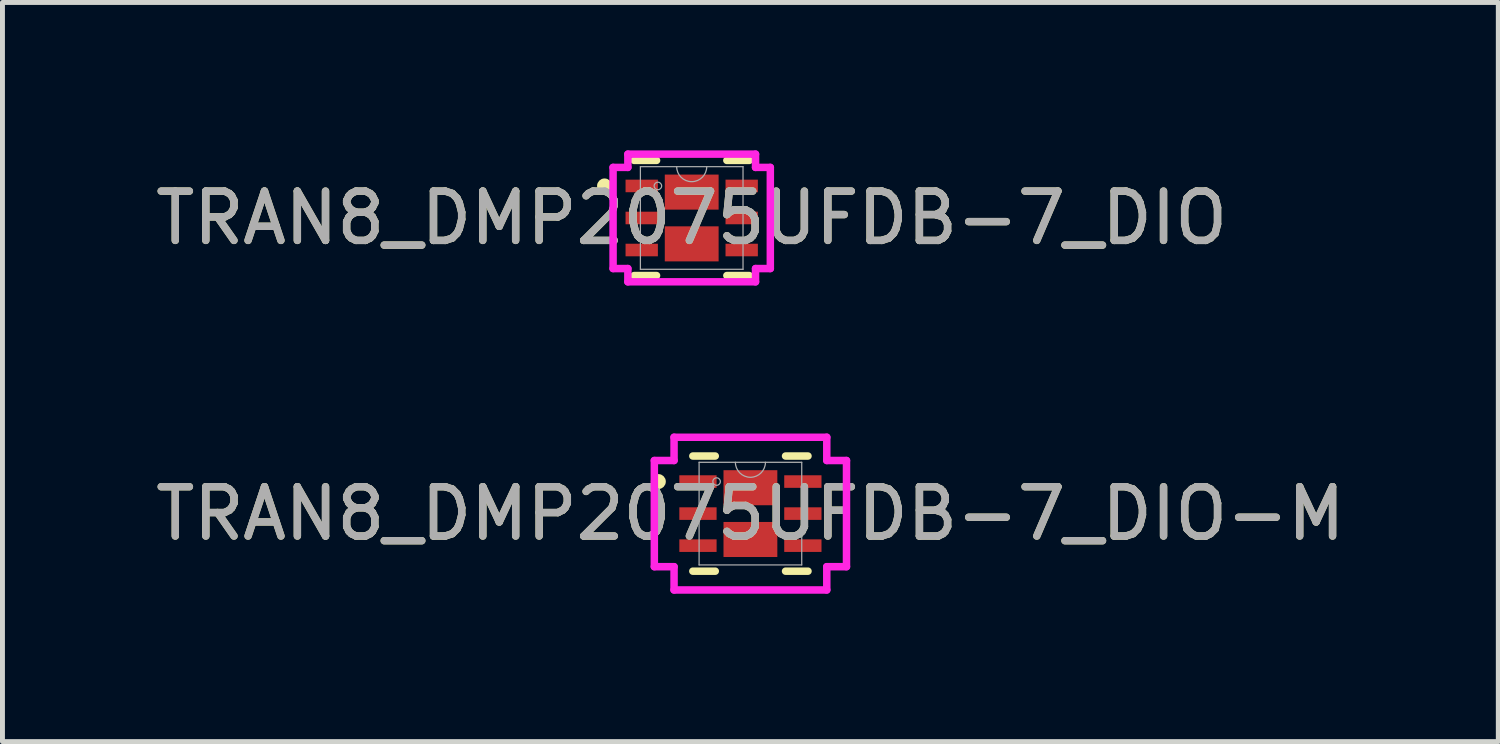
<source format=kicad_pcb>
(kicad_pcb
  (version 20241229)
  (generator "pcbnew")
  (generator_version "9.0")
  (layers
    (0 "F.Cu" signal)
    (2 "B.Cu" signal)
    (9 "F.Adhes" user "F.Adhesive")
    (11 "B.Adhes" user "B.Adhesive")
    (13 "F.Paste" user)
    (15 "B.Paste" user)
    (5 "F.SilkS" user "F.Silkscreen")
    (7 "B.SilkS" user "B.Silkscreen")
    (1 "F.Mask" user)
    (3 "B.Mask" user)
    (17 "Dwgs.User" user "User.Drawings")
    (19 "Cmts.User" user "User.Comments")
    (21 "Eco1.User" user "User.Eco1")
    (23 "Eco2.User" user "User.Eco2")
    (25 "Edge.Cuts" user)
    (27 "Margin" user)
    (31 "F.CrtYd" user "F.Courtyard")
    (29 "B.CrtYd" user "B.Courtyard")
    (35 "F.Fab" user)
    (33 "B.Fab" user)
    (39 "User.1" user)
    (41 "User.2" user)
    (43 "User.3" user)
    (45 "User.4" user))
  (footprint "TRAN8_DMP2075UFDB-7_DIO"
    (layer "F.Cu")
    (at 10.982 1.372)
    (property "Reference" "TRAN8_DMP2075UFDB-7_DIO" (at 0 0 0) (unlocked yes) (layer "F.SilkS") (effects (font (size 1 1) (thickness 0.15))))
    (attr smd)
    (fp_line (start -1.168 1.168) (end -0.713 1.168) (stroke (width 0.152) (type solid)) (layer "F.SilkS"))
    (fp_line (start -0.713 -1.168) (end -1.168 -1.168) (stroke (width 0.152) (type solid)) (layer "F.SilkS"))
    (fp_line (start 0.713 1.168) (end 1.168 1.168) (stroke (width 0.152) (type solid)) (layer "F.SilkS"))
    (fp_line (start 1.168 -1.168) (end 0.713 -1.168) (stroke (width 0.152) (type solid)) (layer "F.SilkS"))
    (fp_circle (center -1.768 -0.65) (end -1.692 -0.65) (stroke (width 0.152) (type solid)) (fill no) (layer "F.SilkS"))
    (fp_line (start -1.595 -1.026) (end -1.295 -1.026) (stroke (width 0.152) (type solid)) (layer "F.CrtYd"))
    (fp_line (start -1.595 1.026) (end -1.595 -1.026) (stroke (width 0.152) (type solid)) (layer "F.CrtYd"))
    (fp_line (start -1.595 1.026) (end -1.295 1.026) (stroke (width 0.152) (type solid)) (layer "F.CrtYd"))
    (fp_line (start -1.295 -1.295) (end 1.295 -1.295) (stroke (width 0.152) (type solid)) (layer "F.CrtYd"))
    (fp_line (start -1.295 -1.026) (end -1.295 -1.295) (stroke (width 0.152) (type solid)) (layer "F.CrtYd"))
    (fp_line (start -1.295 1.295) (end -1.295 1.026) (stroke (width 0.152) (type solid)) (layer "F.CrtYd"))
    (fp_line (start 1.295 -1.295) (end 1.295 -1.026) (stroke (width 0.152) (type solid)) (layer "F.CrtYd"))
    (fp_line (start 1.295 1.026) (end 1.295 1.295) (stroke (width 0.152) (type solid)) (layer "F.CrtYd"))
    (fp_line (start 1.295 1.295) (end -1.295 1.295) (stroke (width 0.152) (type solid)) (layer "F.CrtYd"))
    (fp_line (start 1.595 -1.026) (end 1.295 -1.026) (stroke (width 0.152) (type solid)) (layer "F.CrtYd"))
    (fp_line (start 1.595 -1.026) (end 1.595 1.026) (stroke (width 0.152) (type solid)) (layer "F.CrtYd"))
    (fp_line (start 1.595 1.026) (end 1.295 1.026) (stroke (width 0.152) (type solid)) (layer "F.CrtYd"))
    (fp_line (start -1.041 -1.041) (end -1.041 1.041) (stroke (width 0.025) (type solid)) (layer "F.Fab"))
    (fp_line (start -1.041 1.041) (end 1.041 1.041) (stroke (width 0.025) (type solid)) (layer "F.Fab"))
    (fp_line (start 1.041 -1.041) (end -1.041 -1.041) (stroke (width 0.025) (type solid)) (layer "F.Fab"))
    (fp_line (start 1.041 1.041) (end 1.041 -1.041) (stroke (width 0.025) (type solid)) (layer "F.Fab"))
    (fp_arc (start 0.3048 -1.0414) (mid 0 -0.7366) (end -0.3048 -1.0414) (stroke (width 0.0254) (type solid)) (layer "F.Fab"))
    (fp_circle (center -0.686 -0.65) (end -0.61 -0.65) (stroke (width 0.025) (type solid)) (fill no) (layer "F.Fab"))
    (fp_text user "${REFERENCE}" (at 0 0 0) (unlocked yes) (layer "F.Fab") (effects (font (size 1 1) (thickness 0.15))))
    (pad "1" smd rect (at -1.014 -0.65) (size 0.656 0.255) (layers "F.Cu" "F.Mask" "F.Paste"))
    (pad "2" smd rect (at -1.014 0) (size 0.656 0.255) (layers "F.Cu" "F.Mask" "F.Paste"))
    (pad "3" smd rect (at -1.014 0.65) (size 0.656 0.255) (layers "F.Cu" "F.Mask" "F.Paste"))
    (pad "4" smd rect (at 1.014 0.65) (size 0.656 0.255) (layers "F.Cu" "F.Mask" "F.Paste"))
    (pad "5" smd rect (at 1.014 0) (size 0.656 0.255) (layers "F.Cu" "F.Mask" "F.Paste"))
    (pad "6" smd rect (at 1.014 -0.65) (size 0.656 0.255) (layers "F.Cu" "F.Mask" "F.Paste"))
    (pad "7" smd rect (at 0 -0.525) (size 1.092 0.711) (layers "F.Cu" "F.Mask" "F.Paste"))
    (pad "8" smd rect (at 0 0.525) (size 1.092 0.711) (layers "F.Cu" "F.Mask" "F.Paste")))
  (footprint "TRAN8_DMP2075UFDB-7_DIO-M"
    (layer "F.Cu")
    (at 12.173 7.369)
    (property "Reference" "TRAN8_DMP2075UFDB-7_DIO-M" (at 0 0 0) (unlocked yes) (layer "F.SilkS") (effects (font (size 1 1) (thickness 0.15))))
    (attr smd)
    (fp_line (start -1.168 1.168) (end -0.713 1.168) (stroke (width 0.152) (type solid)) (layer "F.SilkS"))
    (fp_line (start -0.713 -1.168) (end -1.168 -1.168) (stroke (width 0.152) (type solid)) (layer "F.SilkS"))
    (fp_line (start 0.713 1.168) (end 1.168 1.168) (stroke (width 0.152) (type solid)) (layer "F.SilkS"))
    (fp_line (start 1.168 -1.168) (end 0.713 -1.168) (stroke (width 0.152) (type solid)) (layer "F.SilkS"))
    (fp_circle (center -1.868 -0.65) (end -1.792 -0.65) (stroke (width 0.152) (type solid)) (fill no) (layer "F.SilkS"))
    (fp_line (start -1.949 -1.077) (end -1.549 -1.077) (stroke (width 0.152) (type solid)) (layer "F.CrtYd"))
    (fp_line (start -1.949 1.077) (end -1.949 -1.077) (stroke (width 0.152) (type solid)) (layer "F.CrtYd"))
    (fp_line (start -1.949 1.077) (end -1.549 1.077) (stroke (width 0.152) (type solid)) (layer "F.CrtYd"))
    (fp_line (start -1.549 -1.549) (end 1.549 -1.549) (stroke (width 0.152) (type solid)) (layer "F.CrtYd"))
    (fp_line (start -1.549 -1.077) (end -1.549 -1.549) (stroke (width 0.152) (type solid)) (layer "F.CrtYd"))
    (fp_line (start -1.549 1.549) (end -1.549 1.077) (stroke (width 0.152) (type solid)) (layer "F.CrtYd"))
    (fp_line (start 1.549 -1.549) (end 1.549 -1.077) (stroke (width 0.152) (type solid)) (layer "F.CrtYd"))
    (fp_line (start 1.549 1.077) (end 1.549 1.549) (stroke (width 0.152) (type solid)) (layer "F.CrtYd"))
    (fp_line (start 1.549 1.549) (end -1.549 1.549) (stroke (width 0.152) (type solid)) (layer "F.CrtYd"))
    (fp_line (start 1.949 -1.077) (end 1.549 -1.077) (stroke (width 0.152) (type solid)) (layer "F.CrtYd"))
    (fp_line (start 1.949 -1.077) (end 1.949 1.077) (stroke (width 0.152) (type solid)) (layer "F.CrtYd"))
    (fp_line (start 1.949 1.077) (end 1.549 1.077) (stroke (width 0.152) (type solid)) (layer "F.CrtYd"))
    (fp_line (start -1.041 -1.041) (end -1.041 1.041) (stroke (width 0.025) (type solid)) (layer "F.Fab"))
    (fp_line (start -1.041 1.041) (end 1.041 1.041) (stroke (width 0.025) (type solid)) (layer "F.Fab"))
    (fp_line (start 1.041 -1.041) (end -1.041 -1.041) (stroke (width 0.025) (type solid)) (layer "F.Fab"))
    (fp_line (start 1.041 1.041) (end 1.041 -1.041) (stroke (width 0.025) (type solid)) (layer "F.Fab"))
    (fp_arc (start 0.3048 -1.0414) (mid 0 -0.7366) (end -0.3048 -1.0414) (stroke (width 0.0254) (type solid)) (layer "F.Fab"))
    (fp_circle (center -0.686 -0.65) (end -0.61 -0.65) (stroke (width 0.025) (type solid)) (fill no) (layer "F.Fab"))
    (fp_text user "${REFERENCE}" (at 0 0 0) (unlocked yes) (layer "F.Fab") (effects (font (size 1 1) (thickness 0.15))))
    (pad "1" smd rect (at -1.064 -0.65) (size 0.756 0.255) (layers "F.Cu" "F.Mask" "F.Paste"))
    (pad "2" smd rect (at -1.064 0) (size 0.756 0.255) (layers "F.Cu" "F.Mask" "F.Paste"))
    (pad "3" smd rect (at -1.064 0.65) (size 0.756 0.255) (layers "F.Cu" "F.Mask" "F.Paste"))
    (pad "4" smd rect (at 1.064 0.65) (size 0.756 0.255) (layers "F.Cu" "F.Mask" "F.Paste"))
    (pad "5" smd rect (at 1.064 0) (size 0.756 0.255) (layers "F.Cu" "F.Mask" "F.Paste"))
    (pad "6" smd rect (at 1.064 -0.65) (size 0.756 0.255) (layers "F.Cu" "F.Mask" "F.Paste"))
    (pad "7" smd rect (at 0 -0.525) (size 1.092 0.711) (layers "F.Cu" "F.Mask" "F.Paste"))
    (pad "8" smd rect (at 0 0.525) (size 1.092 0.711) (layers "F.Cu" "F.Mask" "F.Paste")))
  (gr_rect
    (start -3 -3)
    (end 27.345 11.994)
    (stroke (width 0.1) (type default))
    (fill no)
    (layer "Edge.Cuts")))
</source>
